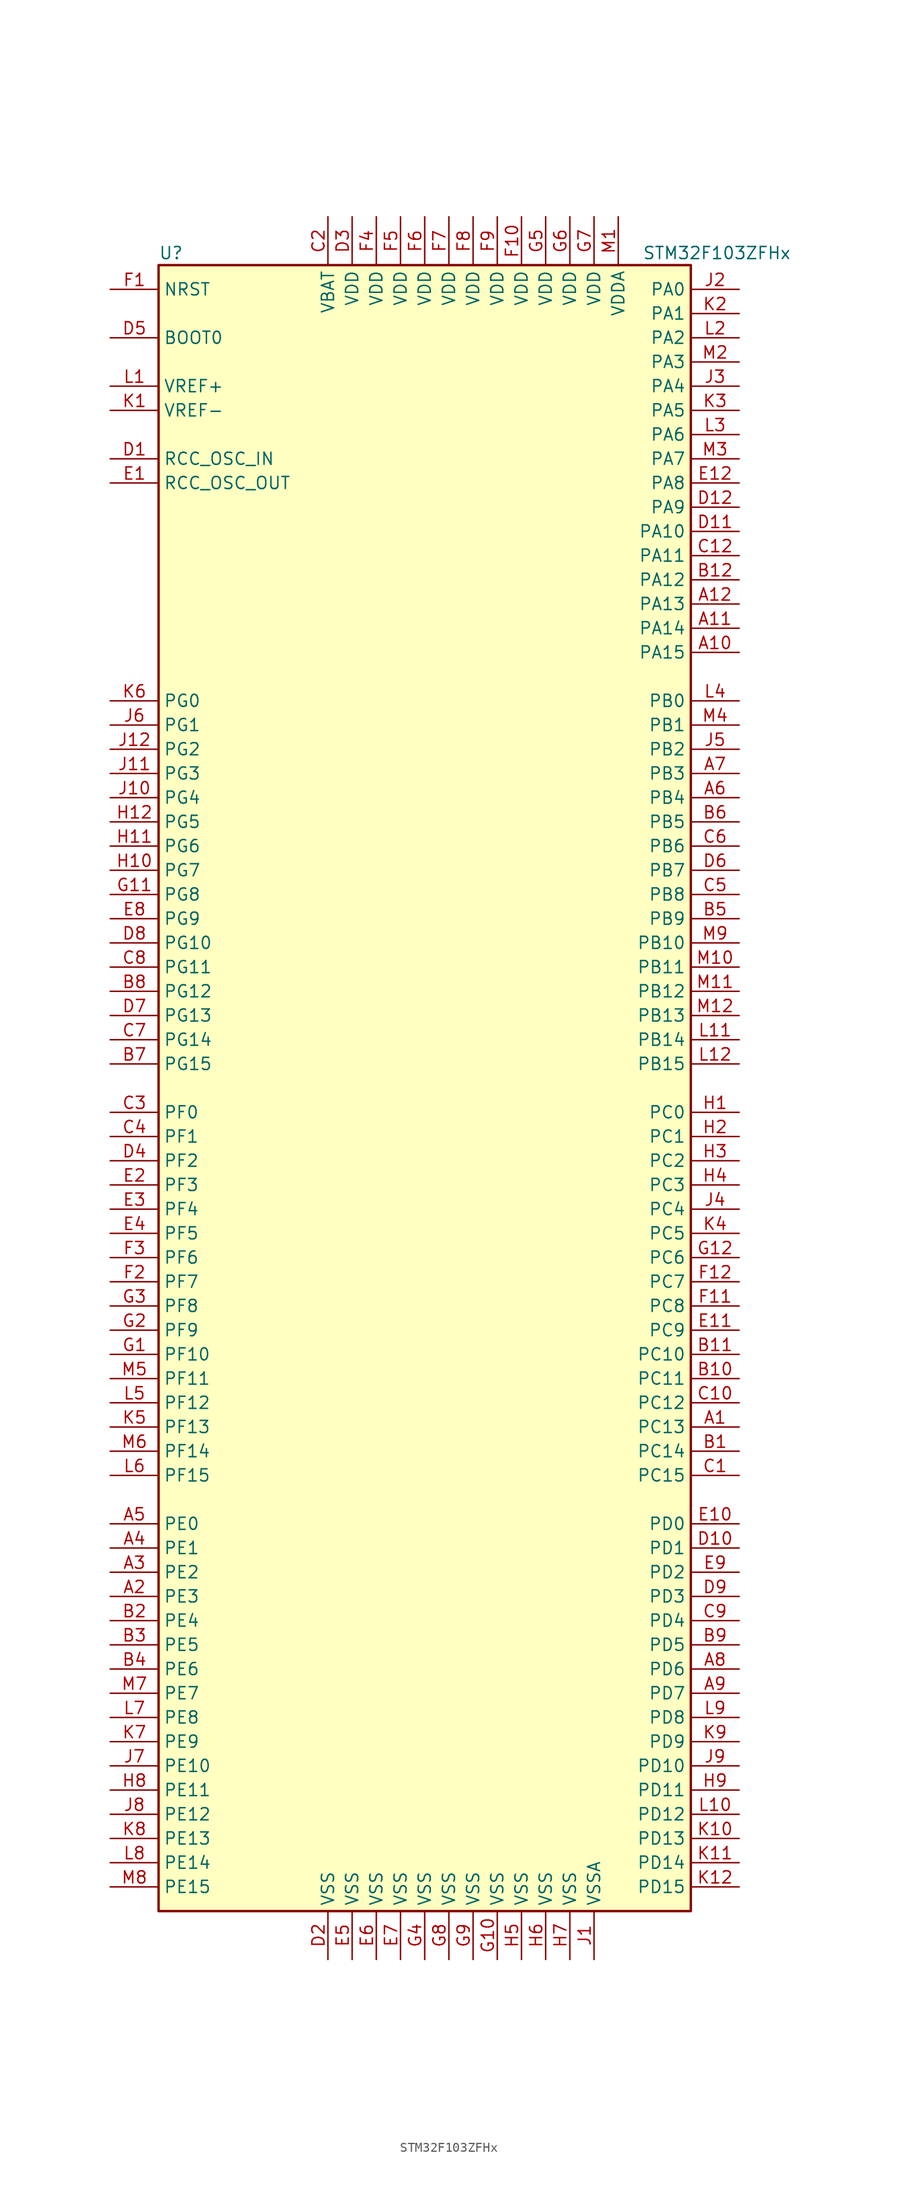
<source format=kicad_sym>
(kicad_symbol_lib
  (version 20211014)
  (generator kicad_symbol_editor)
  (symbol "STM32F103ZFHx"
    (property "Reference" "U"
      (at -27.94 87.63 0)
      (effects (font (size 1.27 1.27)) (justify left)))
    (property "Value" "STM32F103ZFHx"
      (at 22.86 87.63 0)
      (effects (font (size 1.27 1.27)) (justify left)))
    (symbol "STM32F103ZFHx_0_1"
      (rectangle (start -27.94 -86.36) (end 27.94 86.36) (stroke (width 0.254) (type default) (color 0 0 0 0)) (fill (type background))))
    (symbol "STM32F103ZFHx_1_1"
      (pin bidirectional line (at 33.02 -35.56 180) (length 5.08) (name "PC13" (effects (font (size 1.27 1.27)))) (number "A1" (effects (font (size 1.27 1.27)))))
      (pin bidirectional line (at 33.02 45.72 180) (length 5.08) (name "PA15" (effects (font (size 1.27 1.27)))) (number "A10" (effects (font (size 1.27 1.27)))))
      (pin bidirectional line (at 33.02 48.26 180) (length 5.08) (name "PA14" (effects (font (size 1.27 1.27)))) (number "A11" (effects (font (size 1.27 1.27)))))
      (pin bidirectional line (at 33.02 50.8 180) (length 5.08) (name "PA13" (effects (font (size 1.27 1.27)))) (number "A12" (effects (font (size 1.27 1.27)))))
      (pin bidirectional line (at -33.02 -53.34 0) (length 5.08) (name "PE3" (effects (font (size 1.27 1.27)))) (number "A2" (effects (font (size 1.27 1.27)))))
      (pin bidirectional line (at -33.02 -50.8 0) (length 5.08) (name "PE2" (effects (font (size 1.27 1.27)))) (number "A3" (effects (font (size 1.27 1.27)))))
      (pin bidirectional line (at -33.02 -48.26 0) (length 5.08) (name "PE1" (effects (font (size 1.27 1.27)))) (number "A4" (effects (font (size 1.27 1.27)))))
      (pin bidirectional line (at -33.02 -45.72 0) (length 5.08) (name "PE0" (effects (font (size 1.27 1.27)))) (number "A5" (effects (font (size 1.27 1.27)))))
      (pin bidirectional line (at 33.02 30.48 180) (length 5.08) (name "PB4" (effects (font (size 1.27 1.27)))) (number "A6" (effects (font (size 1.27 1.27)))))
      (pin bidirectional line (at 33.02 33.02 180) (length 5.08) (name "PB3" (effects (font (size 1.27 1.27)))) (number "A7" (effects (font (size 1.27 1.27)))))
      (pin bidirectional line (at 33.02 -60.96 180) (length 5.08) (name "PD6" (effects (font (size 1.27 1.27)))) (number "A8" (effects (font (size 1.27 1.27)))))
      (pin bidirectional line (at 33.02 -63.5 180) (length 5.08) (name "PD7" (effects (font (size 1.27 1.27)))) (number "A9" (effects (font (size 1.27 1.27)))))
      (pin bidirectional line (at 33.02 -38.1 180) (length 5.08) (name "PC14" (effects (font (size 1.27 1.27)))) (number "B1" (effects (font (size 1.27 1.27)))))
      (pin bidirectional line (at 33.02 -30.48 180) (length 5.08) (name "PC11" (effects (font (size 1.27 1.27)))) (number "B10" (effects (font (size 1.27 1.27)))))
      (pin bidirectional line (at 33.02 -27.94 180) (length 5.08) (name "PC10" (effects (font (size 1.27 1.27)))) (number "B11" (effects (font (size 1.27 1.27)))))
      (pin bidirectional line (at 33.02 53.34 180) (length 5.08) (name "PA12" (effects (font (size 1.27 1.27)))) (number "B12" (effects (font (size 1.27 1.27)))))
      (pin bidirectional line (at -33.02 -55.88 0) (length 5.08) (name "PE4" (effects (font (size 1.27 1.27)))) (number "B2" (effects (font (size 1.27 1.27)))))
      (pin bidirectional line (at -33.02 -58.42 0) (length 5.08) (name "PE5" (effects (font (size 1.27 1.27)))) (number "B3" (effects (font (size 1.27 1.27)))))
      (pin bidirectional line (at -33.02 -60.96 0) (length 5.08) (name "PE6" (effects (font (size 1.27 1.27)))) (number "B4" (effects (font (size 1.27 1.27)))))
      (pin bidirectional line (at 33.02 17.78 180) (length 5.08) (name "PB9" (effects (font (size 1.27 1.27)))) (number "B5" (effects (font (size 1.27 1.27)))))
      (pin bidirectional line (at 33.02 27.94 180) (length 5.08) (name "PB5" (effects (font (size 1.27 1.27)))) (number "B6" (effects (font (size 1.27 1.27)))))
      (pin bidirectional line (at -33.02 2.54 0) (length 5.08) (name "PG15" (effects (font (size 1.27 1.27)))) (number "B7" (effects (font (size 1.27 1.27)))))
      (pin bidirectional line (at -33.02 10.16 0) (length 5.08) (name "PG12" (effects (font (size 1.27 1.27)))) (number "B8" (effects (font (size 1.27 1.27)))))
      (pin bidirectional line (at 33.02 -58.42 180) (length 5.08) (name "PD5" (effects (font (size 1.27 1.27)))) (number "B9" (effects (font (size 1.27 1.27)))))
      (pin bidirectional line (at 33.02 -40.64 180) (length 5.08) (name "PC15" (effects (font (size 1.27 1.27)))) (number "C1" (effects (font (size 1.27 1.27)))))
      (pin bidirectional line (at 33.02 -33.02 180) (length 5.08) (name "PC12" (effects (font (size 1.27 1.27)))) (number "C10" (effects (font (size 1.27 1.27)))))
      (pin no_connect line (at -27.94 -83.82 0) (length 5.08) hide (name "NC" (effects (font (size 1.27 1.27)))) (number "C11" (effects (font (size 1.27 1.27)))))
      (pin bidirectional line (at 33.02 55.88 180) (length 5.08) (name "PA11" (effects (font (size 1.27 1.27)))) (number "C12" (effects (font (size 1.27 1.27)))))
      (pin power_in line (at -10.16 91.44 270) (length 5.08) (name "VBAT" (effects (font (size 1.27 1.27)))) (number "C2" (effects (font (size 1.27 1.27)))))
      (pin bidirectional line (at -33.02 -2.54 0) (length 5.08) (name "PF0" (effects (font (size 1.27 1.27)))) (number "C3" (effects (font (size 1.27 1.27)))))
      (pin bidirectional line (at -33.02 -5.08 0) (length 5.08) (name "PF1" (effects (font (size 1.27 1.27)))) (number "C4" (effects (font (size 1.27 1.27)))))
      (pin bidirectional line (at 33.02 20.32 180) (length 5.08) (name "PB8" (effects (font (size 1.27 1.27)))) (number "C5" (effects (font (size 1.27 1.27)))))
      (pin bidirectional line (at 33.02 25.4 180) (length 5.08) (name "PB6" (effects (font (size 1.27 1.27)))) (number "C6" (effects (font (size 1.27 1.27)))))
      (pin bidirectional line (at -33.02 5.08 0) (length 5.08) (name "PG14" (effects (font (size 1.27 1.27)))) (number "C7" (effects (font (size 1.27 1.27)))))
      (pin bidirectional line (at -33.02 12.7 0) (length 5.08) (name "PG11" (effects (font (size 1.27 1.27)))) (number "C8" (effects (font (size 1.27 1.27)))))
      (pin bidirectional line (at 33.02 -55.88 180) (length 5.08) (name "PD4" (effects (font (size 1.27 1.27)))) (number "C9" (effects (font (size 1.27 1.27)))))
      (pin input line (at -33.02 66.04 0) (length 5.08) (name "RCC_OSC_IN" (effects (font (size 1.27 1.27)))) (number "D1" (effects (font (size 1.27 1.27)))))
      (pin bidirectional line (at 33.02 -48.26 180) (length 5.08) (name "PD1" (effects (font (size 1.27 1.27)))) (number "D10" (effects (font (size 1.27 1.27)))))
      (pin bidirectional line (at 33.02 58.42 180) (length 5.08) (name "PA10" (effects (font (size 1.27 1.27)))) (number "D11" (effects (font (size 1.27 1.27)))))
      (pin bidirectional line (at 33.02 60.96 180) (length 5.08) (name "PA9" (effects (font (size 1.27 1.27)))) (number "D12" (effects (font (size 1.27 1.27)))))
      (pin power_in line (at -10.16 -91.44 90) (length 5.08) (name "VSS" (effects (font (size 1.27 1.27)))) (number "D2" (effects (font (size 1.27 1.27)))))
      (pin power_in line (at -7.62 91.44 270) (length 5.08) (name "VDD" (effects (font (size 1.27 1.27)))) (number "D3" (effects (font (size 1.27 1.27)))))
      (pin bidirectional line (at -33.02 -7.62 0) (length 5.08) (name "PF2" (effects (font (size 1.27 1.27)))) (number "D4" (effects (font (size 1.27 1.27)))))
      (pin input line (at -33.02 78.74 0) (length 5.08) (name "BOOT0" (effects (font (size 1.27 1.27)))) (number "D5" (effects (font (size 1.27 1.27)))))
      (pin bidirectional line (at 33.02 22.86 180) (length 5.08) (name "PB7" (effects (font (size 1.27 1.27)))) (number "D6" (effects (font (size 1.27 1.27)))))
      (pin bidirectional line (at -33.02 7.62 0) (length 5.08) (name "PG13" (effects (font (size 1.27 1.27)))) (number "D7" (effects (font (size 1.27 1.27)))))
      (pin bidirectional line (at -33.02 15.24 0) (length 5.08) (name "PG10" (effects (font (size 1.27 1.27)))) (number "D8" (effects (font (size 1.27 1.27)))))
      (pin bidirectional line (at 33.02 -53.34 180) (length 5.08) (name "PD3" (effects (font (size 1.27 1.27)))) (number "D9" (effects (font (size 1.27 1.27)))))
      (pin input line (at -33.02 63.5 0) (length 5.08) (name "RCC_OSC_OUT" (effects (font (size 1.27 1.27)))) (number "E1" (effects (font (size 1.27 1.27)))))
      (pin bidirectional line (at 33.02 -45.72 180) (length 5.08) (name "PD0" (effects (font (size 1.27 1.27)))) (number "E10" (effects (font (size 1.27 1.27)))))
      (pin bidirectional line (at 33.02 -25.4 180) (length 5.08) (name "PC9" (effects (font (size 1.27 1.27)))) (number "E11" (effects (font (size 1.27 1.27)))))
      (pin bidirectional line (at 33.02 63.5 180) (length 5.08) (name "PA8" (effects (font (size 1.27 1.27)))) (number "E12" (effects (font (size 1.27 1.27)))))
      (pin bidirectional line (at -33.02 -10.16 0) (length 5.08) (name "PF3" (effects (font (size 1.27 1.27)))) (number "E2" (effects (font (size 1.27 1.27)))))
      (pin bidirectional line (at -33.02 -12.7 0) (length 5.08) (name "PF4" (effects (font (size 1.27 1.27)))) (number "E3" (effects (font (size 1.27 1.27)))))
      (pin bidirectional line (at -33.02 -15.24 0) (length 5.08) (name "PF5" (effects (font (size 1.27 1.27)))) (number "E4" (effects (font (size 1.27 1.27)))))
      (pin power_in line (at -7.62 -91.44 90) (length 5.08) (name "VSS" (effects (font (size 1.27 1.27)))) (number "E5" (effects (font (size 1.27 1.27)))))
      (pin power_in line (at -5.08 -91.44 90) (length 5.08) (name "VSS" (effects (font (size 1.27 1.27)))) (number "E6" (effects (font (size 1.27 1.27)))))
      (pin power_in line (at -2.54 -91.44 90) (length 5.08) (name "VSS" (effects (font (size 1.27 1.27)))) (number "E7" (effects (font (size 1.27 1.27)))))
      (pin bidirectional line (at -33.02 17.78 0) (length 5.08) (name "PG9" (effects (font (size 1.27 1.27)))) (number "E8" (effects (font (size 1.27 1.27)))))
      (pin bidirectional line (at 33.02 -50.8 180) (length 5.08) (name "PD2" (effects (font (size 1.27 1.27)))) (number "E9" (effects (font (size 1.27 1.27)))))
      (pin input line (at -33.02 83.82 0) (length 5.08) (name "NRST" (effects (font (size 1.27 1.27)))) (number "F1" (effects (font (size 1.27 1.27)))))
      (pin power_in line (at 10.16 91.44 270) (length 5.08) (name "VDD" (effects (font (size 1.27 1.27)))) (number "F10" (effects (font (size 1.27 1.27)))))
      (pin bidirectional line (at 33.02 -22.86 180) (length 5.08) (name "PC8" (effects (font (size 1.27 1.27)))) (number "F11" (effects (font (size 1.27 1.27)))))
      (pin bidirectional line (at 33.02 -20.32 180) (length 5.08) (name "PC7" (effects (font (size 1.27 1.27)))) (number "F12" (effects (font (size 1.27 1.27)))))
      (pin bidirectional line (at -33.02 -20.32 0) (length 5.08) (name "PF7" (effects (font (size 1.27 1.27)))) (number "F2" (effects (font (size 1.27 1.27)))))
      (pin bidirectional line (at -33.02 -17.78 0) (length 5.08) (name "PF6" (effects (font (size 1.27 1.27)))) (number "F3" (effects (font (size 1.27 1.27)))))
      (pin power_in line (at -5.08 91.44 270) (length 5.08) (name "VDD" (effects (font (size 1.27 1.27)))) (number "F4" (effects (font (size 1.27 1.27)))))
      (pin power_in line (at -2.54 91.44 270) (length 5.08) (name "VDD" (effects (font (size 1.27 1.27)))) (number "F5" (effects (font (size 1.27 1.27)))))
      (pin power_in line (at 0 91.44 270) (length 5.08) (name "VDD" (effects (font (size 1.27 1.27)))) (number "F6" (effects (font (size 1.27 1.27)))))
      (pin power_in line (at 2.54 91.44 270) (length 5.08) (name "VDD" (effects (font (size 1.27 1.27)))) (number "F7" (effects (font (size 1.27 1.27)))))
      (pin power_in line (at 5.08 91.44 270) (length 5.08) (name "VDD" (effects (font (size 1.27 1.27)))) (number "F8" (effects (font (size 1.27 1.27)))))
      (pin power_in line (at 7.62 91.44 270) (length 5.08) (name "VDD" (effects (font (size 1.27 1.27)))) (number "F9" (effects (font (size 1.27 1.27)))))
      (pin bidirectional line (at -33.02 -27.94 0) (length 5.08) (name "PF10" (effects (font (size 1.27 1.27)))) (number "G1" (effects (font (size 1.27 1.27)))))
      (pin power_in line (at 7.62 -91.44 90) (length 5.08) (name "VSS" (effects (font (size 1.27 1.27)))) (number "G10" (effects (font (size 1.27 1.27)))))
      (pin bidirectional line (at -33.02 20.32 0) (length 5.08) (name "PG8" (effects (font (size 1.27 1.27)))) (number "G11" (effects (font (size 1.27 1.27)))))
      (pin bidirectional line (at 33.02 -17.78 180) (length 5.08) (name "PC6" (effects (font (size 1.27 1.27)))) (number "G12" (effects (font (size 1.27 1.27)))))
      (pin bidirectional line (at -33.02 -25.4 0) (length 5.08) (name "PF9" (effects (font (size 1.27 1.27)))) (number "G2" (effects (font (size 1.27 1.27)))))
      (pin bidirectional line (at -33.02 -22.86 0) (length 5.08) (name "PF8" (effects (font (size 1.27 1.27)))) (number "G3" (effects (font (size 1.27 1.27)))))
      (pin power_in line (at 0 -91.44 90) (length 5.08) (name "VSS" (effects (font (size 1.27 1.27)))) (number "G4" (effects (font (size 1.27 1.27)))))
      (pin power_in line (at 12.7 91.44 270) (length 5.08) (name "VDD" (effects (font (size 1.27 1.27)))) (number "G5" (effects (font (size 1.27 1.27)))))
      (pin power_in line (at 15.24 91.44 270) (length 5.08) (name "VDD" (effects (font (size 1.27 1.27)))) (number "G6" (effects (font (size 1.27 1.27)))))
      (pin power_in line (at 17.78 91.44 270) (length 5.08) (name "VDD" (effects (font (size 1.27 1.27)))) (number "G7" (effects (font (size 1.27 1.27)))))
      (pin power_in line (at 2.54 -91.44 90) (length 5.08) (name "VSS" (effects (font (size 1.27 1.27)))) (number "G8" (effects (font (size 1.27 1.27)))))
      (pin power_in line (at 5.08 -91.44 90) (length 5.08) (name "VSS" (effects (font (size 1.27 1.27)))) (number "G9" (effects (font (size 1.27 1.27)))))
      (pin bidirectional line (at 33.02 -2.54 180) (length 5.08) (name "PC0" (effects (font (size 1.27 1.27)))) (number "H1" (effects (font (size 1.27 1.27)))))
      (pin bidirectional line (at -33.02 22.86 0) (length 5.08) (name "PG7" (effects (font (size 1.27 1.27)))) (number "H10" (effects (font (size 1.27 1.27)))))
      (pin bidirectional line (at -33.02 25.4 0) (length 5.08) (name "PG6" (effects (font (size 1.27 1.27)))) (number "H11" (effects (font (size 1.27 1.27)))))
      (pin bidirectional line (at -33.02 27.94 0) (length 5.08) (name "PG5" (effects (font (size 1.27 1.27)))) (number "H12" (effects (font (size 1.27 1.27)))))
      (pin bidirectional line (at 33.02 -5.08 180) (length 5.08) (name "PC1" (effects (font (size 1.27 1.27)))) (number "H2" (effects (font (size 1.27 1.27)))))
      (pin bidirectional line (at 33.02 -7.62 180) (length 5.08) (name "PC2" (effects (font (size 1.27 1.27)))) (number "H3" (effects (font (size 1.27 1.27)))))
      (pin bidirectional line (at 33.02 -10.16 180) (length 5.08) (name "PC3" (effects (font (size 1.27 1.27)))) (number "H4" (effects (font (size 1.27 1.27)))))
      (pin power_in line (at 10.16 -91.44 90) (length 5.08) (name "VSS" (effects (font (size 1.27 1.27)))) (number "H5" (effects (font (size 1.27 1.27)))))
      (pin power_in line (at 12.7 -91.44 90) (length 5.08) (name "VSS" (effects (font (size 1.27 1.27)))) (number "H6" (effects (font (size 1.27 1.27)))))
      (pin power_in line (at 15.24 -91.44 90) (length 5.08) (name "VSS" (effects (font (size 1.27 1.27)))) (number "H7" (effects (font (size 1.27 1.27)))))
      (pin bidirectional line (at -33.02 -73.66 0) (length 5.08) (name "PE11" (effects (font (size 1.27 1.27)))) (number "H8" (effects (font (size 1.27 1.27)))))
      (pin bidirectional line (at 33.02 -73.66 180) (length 5.08) (name "PD11" (effects (font (size 1.27 1.27)))) (number "H9" (effects (font (size 1.27 1.27)))))
      (pin power_in line (at 17.78 -91.44 90) (length 5.08) (name "VSSA" (effects (font (size 1.27 1.27)))) (number "J1" (effects (font (size 1.27 1.27)))))
      (pin bidirectional line (at -33.02 30.48 0) (length 5.08) (name "PG4" (effects (font (size 1.27 1.27)))) (number "J10" (effects (font (size 1.27 1.27)))))
      (pin bidirectional line (at -33.02 33.02 0) (length 5.08) (name "PG3" (effects (font (size 1.27 1.27)))) (number "J11" (effects (font (size 1.27 1.27)))))
      (pin bidirectional line (at -33.02 35.56 0) (length 5.08) (name "PG2" (effects (font (size 1.27 1.27)))) (number "J12" (effects (font (size 1.27 1.27)))))
      (pin bidirectional line (at 33.02 83.82 180) (length 5.08) (name "PA0" (effects (font (size 1.27 1.27)))) (number "J2" (effects (font (size 1.27 1.27)))))
      (pin bidirectional line (at 33.02 73.66 180) (length 5.08) (name "PA4" (effects (font (size 1.27 1.27)))) (number "J3" (effects (font (size 1.27 1.27)))))
      (pin bidirectional line (at 33.02 -12.7 180) (length 5.08) (name "PC4" (effects (font (size 1.27 1.27)))) (number "J4" (effects (font (size 1.27 1.27)))))
      (pin bidirectional line (at 33.02 35.56 180) (length 5.08) (name "PB2" (effects (font (size 1.27 1.27)))) (number "J5" (effects (font (size 1.27 1.27)))))
      (pin bidirectional line (at -33.02 38.1 0) (length 5.08) (name "PG1" (effects (font (size 1.27 1.27)))) (number "J6" (effects (font (size 1.27 1.27)))))
      (pin bidirectional line (at -33.02 -71.12 0) (length 5.08) (name "PE10" (effects (font (size 1.27 1.27)))) (number "J7" (effects (font (size 1.27 1.27)))))
      (pin bidirectional line (at -33.02 -76.2 0) (length 5.08) (name "PE12" (effects (font (size 1.27 1.27)))) (number "J8" (effects (font (size 1.27 1.27)))))
      (pin bidirectional line (at 33.02 -71.12 180) (length 5.08) (name "PD10" (effects (font (size 1.27 1.27)))) (number "J9" (effects (font (size 1.27 1.27)))))
      (pin power_in line (at -33.02 71.12 0) (length 5.08) (name "VREF-" (effects (font (size 1.27 1.27)))) (number "K1" (effects (font (size 1.27 1.27)))))
      (pin bidirectional line (at 33.02 -78.74 180) (length 5.08) (name "PD13" (effects (font (size 1.27 1.27)))) (number "K10" (effects (font (size 1.27 1.27)))))
      (pin bidirectional line (at 33.02 -81.28 180) (length 5.08) (name "PD14" (effects (font (size 1.27 1.27)))) (number "K11" (effects (font (size 1.27 1.27)))))
      (pin bidirectional line (at 33.02 -83.82 180) (length 5.08) (name "PD15" (effects (font (size 1.27 1.27)))) (number "K12" (effects (font (size 1.27 1.27)))))
      (pin bidirectional line (at 33.02 81.28 180) (length 5.08) (name "PA1" (effects (font (size 1.27 1.27)))) (number "K2" (effects (font (size 1.27 1.27)))))
      (pin bidirectional line (at 33.02 71.12 180) (length 5.08) (name "PA5" (effects (font (size 1.27 1.27)))) (number "K3" (effects (font (size 1.27 1.27)))))
      (pin bidirectional line (at 33.02 -15.24 180) (length 5.08) (name "PC5" (effects (font (size 1.27 1.27)))) (number "K4" (effects (font (size 1.27 1.27)))))
      (pin bidirectional line (at -33.02 -35.56 0) (length 5.08) (name "PF13" (effects (font (size 1.27 1.27)))) (number "K5" (effects (font (size 1.27 1.27)))))
      (pin bidirectional line (at -33.02 40.64 0) (length 5.08) (name "PG0" (effects (font (size 1.27 1.27)))) (number "K6" (effects (font (size 1.27 1.27)))))
      (pin bidirectional line (at -33.02 -68.58 0) (length 5.08) (name "PE9" (effects (font (size 1.27 1.27)))) (number "K7" (effects (font (size 1.27 1.27)))))
      (pin bidirectional line (at -33.02 -78.74 0) (length 5.08) (name "PE13" (effects (font (size 1.27 1.27)))) (number "K8" (effects (font (size 1.27 1.27)))))
      (pin bidirectional line (at 33.02 -68.58 180) (length 5.08) (name "PD9" (effects (font (size 1.27 1.27)))) (number "K9" (effects (font (size 1.27 1.27)))))
      (pin power_in line (at -33.02 73.66 0) (length 5.08) (name "VREF+" (effects (font (size 1.27 1.27)))) (number "L1" (effects (font (size 1.27 1.27)))))
      (pin bidirectional line (at 33.02 -76.2 180) (length 5.08) (name "PD12" (effects (font (size 1.27 1.27)))) (number "L10" (effects (font (size 1.27 1.27)))))
      (pin bidirectional line (at 33.02 5.08 180) (length 5.08) (name "PB14" (effects (font (size 1.27 1.27)))) (number "L11" (effects (font (size 1.27 1.27)))))
      (pin bidirectional line (at 33.02 2.54 180) (length 5.08) (name "PB15" (effects (font (size 1.27 1.27)))) (number "L12" (effects (font (size 1.27 1.27)))))
      (pin bidirectional line (at 33.02 78.74 180) (length 5.08) (name "PA2" (effects (font (size 1.27 1.27)))) (number "L2" (effects (font (size 1.27 1.27)))))
      (pin bidirectional line (at 33.02 68.58 180) (length 5.08) (name "PA6" (effects (font (size 1.27 1.27)))) (number "L3" (effects (font (size 1.27 1.27)))))
      (pin bidirectional line (at 33.02 40.64 180) (length 5.08) (name "PB0" (effects (font (size 1.27 1.27)))) (number "L4" (effects (font (size 1.27 1.27)))))
      (pin bidirectional line (at -33.02 -33.02 0) (length 5.08) (name "PF12" (effects (font (size 1.27 1.27)))) (number "L5" (effects (font (size 1.27 1.27)))))
      (pin bidirectional line (at -33.02 -40.64 0) (length 5.08) (name "PF15" (effects (font (size 1.27 1.27)))) (number "L6" (effects (font (size 1.27 1.27)))))
      (pin bidirectional line (at -33.02 -66.04 0) (length 5.08) (name "PE8" (effects (font (size 1.27 1.27)))) (number "L7" (effects (font (size 1.27 1.27)))))
      (pin bidirectional line (at -33.02 -81.28 0) (length 5.08) (name "PE14" (effects (font (size 1.27 1.27)))) (number "L8" (effects (font (size 1.27 1.27)))))
      (pin bidirectional line (at 33.02 -66.04 180) (length 5.08) (name "PD8" (effects (font (size 1.27 1.27)))) (number "L9" (effects (font (size 1.27 1.27)))))
      (pin power_in line (at 20.32 91.44 270) (length 5.08) (name "VDDA" (effects (font (size 1.27 1.27)))) (number "M1" (effects (font (size 1.27 1.27)))))
      (pin bidirectional line (at 33.02 12.7 180) (length 5.08) (name "PB11" (effects (font (size 1.27 1.27)))) (number "M10" (effects (font (size 1.27 1.27)))))
      (pin bidirectional line (at 33.02 10.16 180) (length 5.08) (name "PB12" (effects (font (size 1.27 1.27)))) (number "M11" (effects (font (size 1.27 1.27)))))
      (pin bidirectional line (at 33.02 7.62 180) (length 5.08) (name "PB13" (effects (font (size 1.27 1.27)))) (number "M12" (effects (font (size 1.27 1.27)))))
      (pin bidirectional line (at 33.02 76.2 180) (length 5.08) (name "PA3" (effects (font (size 1.27 1.27)))) (number "M2" (effects (font (size 1.27 1.27)))))
      (pin bidirectional line (at 33.02 66.04 180) (length 5.08) (name "PA7" (effects (font (size 1.27 1.27)))) (number "M3" (effects (font (size 1.27 1.27)))))
      (pin bidirectional line (at 33.02 38.1 180) (length 5.08) (name "PB1" (effects (font (size 1.27 1.27)))) (number "M4" (effects (font (size 1.27 1.27)))))
      (pin bidirectional line (at -33.02 -30.48 0) (length 5.08) (name "PF11" (effects (font (size 1.27 1.27)))) (number "M5" (effects (font (size 1.27 1.27)))))
      (pin bidirectional line (at -33.02 -38.1 0) (length 5.08) (name "PF14" (effects (font (size 1.27 1.27)))) (number "M6" (effects (font (size 1.27 1.27)))))
      (pin bidirectional line (at -33.02 -63.5 0) (length 5.08) (name "PE7" (effects (font (size 1.27 1.27)))) (number "M7" (effects (font (size 1.27 1.27)))))
      (pin bidirectional line (at -33.02 -83.82 0) (length 5.08) (name "PE15" (effects (font (size 1.27 1.27)))) (number "M8" (effects (font (size 1.27 1.27)))))
      (pin bidirectional line (at 33.02 15.24 180) (length 5.08) (name "PB10" (effects (font (size 1.27 1.27)))) (number "M9" (effects (font (size 1.27 1.27))))))))
</source>
